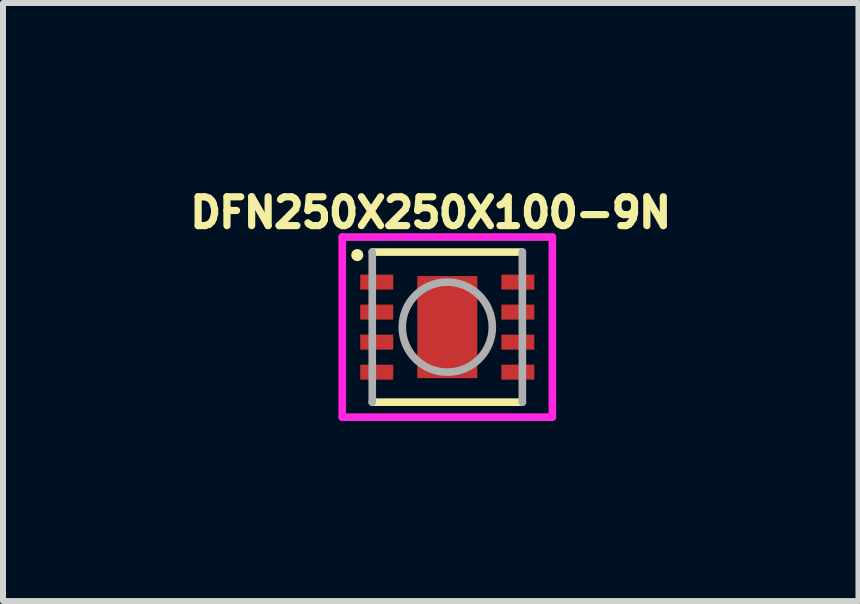
<source format=kicad_pcb>
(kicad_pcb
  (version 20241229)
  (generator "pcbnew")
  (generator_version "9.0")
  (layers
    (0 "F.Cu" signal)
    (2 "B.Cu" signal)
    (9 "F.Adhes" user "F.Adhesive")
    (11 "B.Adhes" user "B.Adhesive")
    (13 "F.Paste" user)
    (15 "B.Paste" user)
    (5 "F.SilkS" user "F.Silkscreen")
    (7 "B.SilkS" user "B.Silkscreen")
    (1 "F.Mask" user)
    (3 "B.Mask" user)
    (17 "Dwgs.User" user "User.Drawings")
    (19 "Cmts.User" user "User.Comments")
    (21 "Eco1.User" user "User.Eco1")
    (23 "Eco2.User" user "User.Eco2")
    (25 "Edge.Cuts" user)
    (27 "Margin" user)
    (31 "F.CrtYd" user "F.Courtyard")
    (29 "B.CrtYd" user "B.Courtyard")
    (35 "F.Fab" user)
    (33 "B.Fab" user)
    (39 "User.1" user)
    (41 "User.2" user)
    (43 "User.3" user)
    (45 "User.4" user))
  (footprint "DFN250X250X100-9N"
    (layer "F.Cu")
    (at 4.401 2.399)
    (property "Reference" "DFN250X250X100-9N" (at -0.276 -1.907 0) (layer "F.SilkS") (effects (font (size 0.48 0.48) (thickness 0.15))))
    (attr smd)
    (fp_line (start -1.25 1.25) (end 1.25 1.25) (stroke (width 0.127) (type solid)) (layer "F.SilkS"))
    (fp_line (start 1.25 -1.25) (end -1.25 -1.25) (stroke (width 0.127) (type solid)) (layer "F.SilkS"))
    (fp_circle (center -1.5 -1.2) (end -1.4 -1.2) (stroke (width 0) (type solid)) (fill yes) (layer "F.SilkS"))
    (fp_poly (pts (xy -0.45 -0.8) (xy 0.45 -0.8) (xy 0.45 0.801) (xy -0.45 0.801)) (stroke (width 0.01) (type solid)) (fill yes) (layer "F.Paste"))
    (fp_line (start -1.75 -1.5) (end -1.75 1.5) (stroke (width 0.127) (type solid)) (layer "F.CrtYd"))
    (fp_line (start -1.75 1.5) (end 1.75 1.5) (stroke (width 0.127) (type solid)) (layer "F.CrtYd"))
    (fp_line (start 1.75 -1.5) (end -1.75 -1.5) (stroke (width 0.127) (type solid)) (layer "F.CrtYd"))
    (fp_line (start 1.75 1.5) (end 1.75 -1.5) (stroke (width 0.127) (type solid)) (layer "F.CrtYd"))
    (fp_line (start -1.25 -1.25) (end -1.25 1.25) (stroke (width 0.127) (type solid)) (layer "F.Fab"))
    (fp_line (start 1.25 1.25) (end 1.25 -1.25) (stroke (width 0.127) (type solid)) (layer "F.Fab"))
    (fp_circle (center 0 0) (end 0.75 0) (stroke (width 0.127) (type solid)) (fill no) (layer "F.Fab"))
    (pad "1" smd rect (at -1.175 -0.75) (size 0.55 0.25) (layers "F.Cu" "F.Mask" "F.Paste"))
    (pad "2" smd rect (at -1.175 -0.25) (size 0.55 0.25) (layers "F.Cu" "F.Mask" "F.Paste"))
    (pad "3" smd rect (at -1.175 0.25) (size 0.55 0.25) (layers "F.Cu" "F.Mask" "F.Paste"))
    (pad "4" smd rect (at -1.175 0.75) (size 0.55 0.25) (layers "F.Cu" "F.Mask" "F.Paste"))
    (pad "5" smd rect (at 1.175 0.75) (size 0.55 0.25) (layers "F.Cu" "F.Mask" "F.Paste"))
    (pad "6" smd rect (at 1.175 0.25) (size 0.55 0.25) (layers "F.Cu" "F.Mask" "F.Paste"))
    (pad "7" smd rect (at 1.175 -0.25) (size 0.55 0.25) (layers "F.Cu" "F.Mask" "F.Paste"))
    (pad "8" smd rect (at 1.175 -0.75) (size 0.55 0.25) (layers "F.Cu" "F.Mask" "F.Paste"))
    (pad "9" smd rect (at 0 0) (size 1 1.7) (layers "F.Cu" "F.Mask")))
  (gr_rect
    (start -3 -3)
    (end 11.25 6.962)
    (stroke (width 0.1) (type default))
    (fill no)
    (layer "Edge.Cuts")))
</source>
